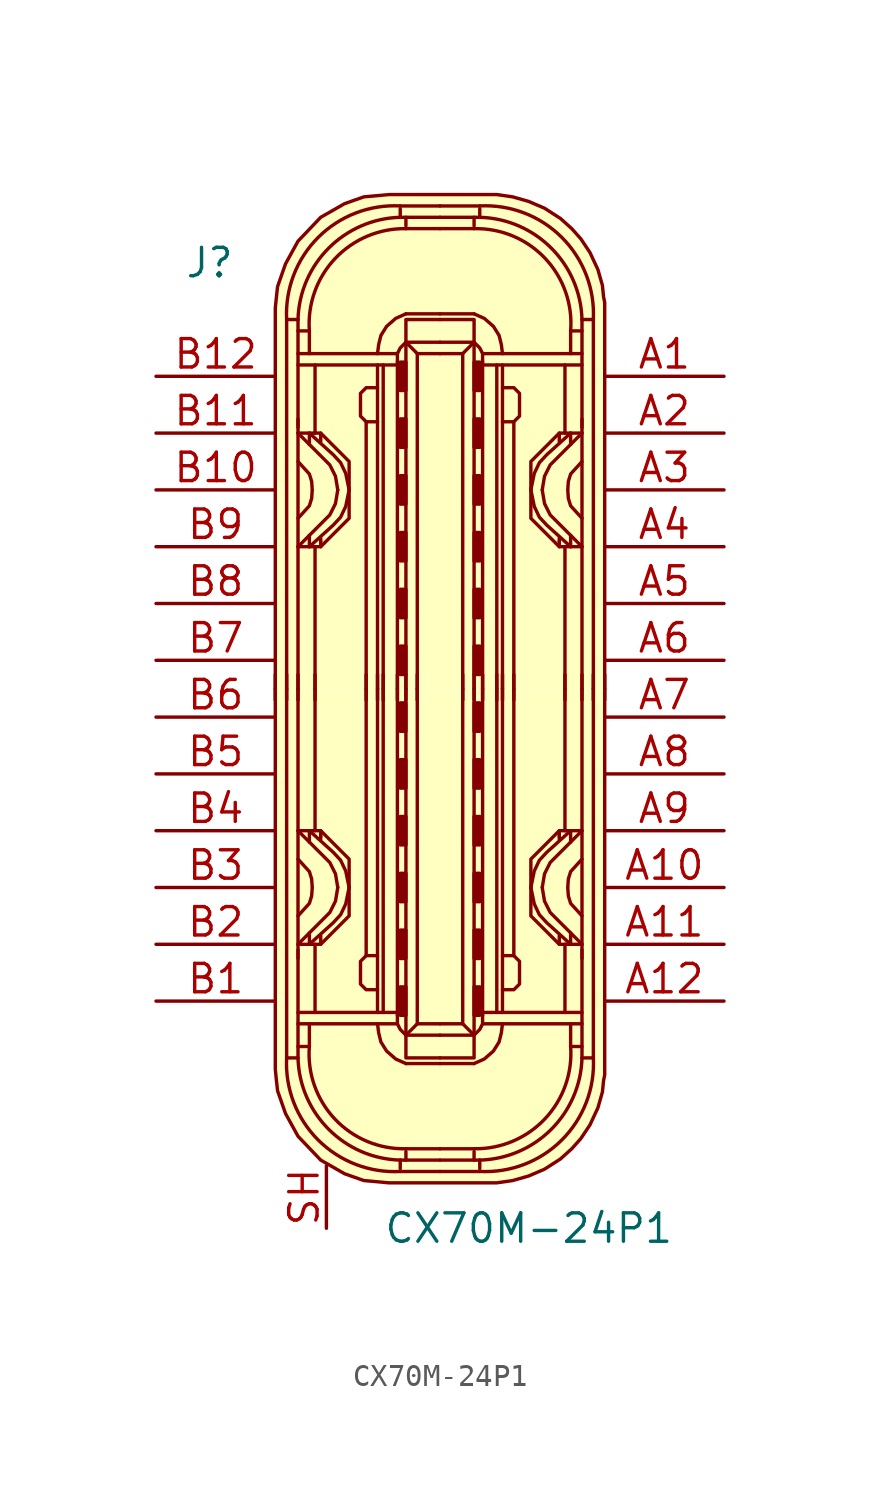
<source format=kicad_sym>
(kicad_symbol_lib
  (version 20211014)
  (generator kicad_symbol_editor)
  (symbol "CX70M-24P1"
    (pin_names
      (offset 1.016))
    (property "Reference" "J"
      (at -11.43 19.05 0)
      (effects (font (size 1.27 1.27)) (justify left)))
    (property "Value" "CX70M-24P1"
      (at -2.54 -24.13 0)
      (effects (font (size 1.27 1.27)) (justify left)))
    (symbol "CX70M-24P1_1_1"
      (arc (start -6.858 -16.51) (mid -5.4492 -20.1812) (end -1.778 -21.59) (stroke (width 0) (type default) (color 0 0 0 0)) (fill (type none)))
      (arc (start -6.35 -16.51) (mid -4.9749 -19.7069) (end -1.778 -21.082) (stroke (width 0) (type default) (color 0 0 0 0)) (fill (type none)))
      (arc (start -5.842 -16.002) (mid -4.6972 -19.2495) (end -1.524 -20.574) (stroke (width 0) (type default) (color 0 0 0 0)) (fill (type none)))
      (rectangle (start -1.778 -14.605) (end -1.524 -13.335) (stroke (width 0) (type default) (color 0 0 0 0)) (fill (type outline)))
      (rectangle (start -1.778 -12.065) (end -1.524 -10.795) (stroke (width 0) (type default) (color 0 0 0 0)) (fill (type outline)))
      (rectangle (start -1.778 -9.525) (end -1.524 -8.255) (stroke (width 0) (type default) (color 0 0 0 0)) (fill (type outline)))
      (rectangle (start -1.778 -6.985) (end -1.524 -5.715) (stroke (width 0) (type default) (color 0 0 0 0)) (fill (type outline)))
      (rectangle (start -1.778 -4.445) (end -1.524 -3.175) (stroke (width 0) (type default) (color 0 0 0 0)) (fill (type outline)))
      (rectangle (start -1.778 -1.905) (end -1.524 -0.635) (stroke (width 0) (type default) (color 0 0 0 0)) (fill (type outline)))
      (rectangle (start -1.778 1.905) (end -1.524 0.635) (stroke (width 0) (type default) (color 0 0 0 0)) (fill (type outline)))
      (rectangle (start -1.778 4.445) (end -1.524 3.175) (stroke (width 0) (type default) (color 0 0 0 0)) (fill (type outline)))
      (rectangle (start -1.778 6.985) (end -1.524 5.715) (stroke (width 0) (type default) (color 0 0 0 0)) (fill (type outline)))
      (rectangle (start -1.778 9.525) (end -1.524 8.255) (stroke (width 0) (type default) (color 0 0 0 0)) (fill (type outline)))
      (rectangle (start -1.778 12.065) (end -1.524 10.795) (stroke (width 0) (type default) (color 0 0 0 0)) (fill (type outline)))
      (rectangle (start -1.778 14.605) (end -1.524 13.335) (stroke (width 0) (type default) (color 0 0 0 0)) (fill (type outline)))
      (arc (start -1.778 21.082) (mid -4.9749 19.7069) (end -6.35 16.51) (stroke (width 0) (type default) (color 0 0 0 0)) (fill (type none)))
      (arc (start -1.778 21.59) (mid -5.4492 20.1812) (end -6.858 16.51) (stroke (width 0) (type default) (color 0 0 0 0)) (fill (type none)))
      (arc (start -1.524 20.574) (mid -4.6883 19.2412) (end -5.842 16.002) (stroke (width 0) (type default) (color 0 0 0 0)) (fill (type none)))
      (polyline (pts (xy -7.366 -0.508) (xy -7.366 0.635)) (stroke (width 0) (type default) (color 0 0 0 0)) (fill (type none)))
      (polyline (pts (xy -6.858 -0.508) (xy -6.858 0.635)) (stroke (width 0) (type default) (color 0 0 0 0)) (fill (type none)))
      (polyline (pts (xy -6.35 -14.986) (xy -1.905 -14.986)) (stroke (width 0) (type default) (color 0 0 0 0)) (fill (type none)))
      (polyline (pts (xy -6.35 -12.065) (xy -6.35 0)) (stroke (width 0) (type default) (color 0 0 0 0)) (fill (type none)))
      (polyline (pts (xy -6.35 -0.508) (xy -6.35 0.635)) (stroke (width 0) (type default) (color 0 0 0 0)) (fill (type none)))
      (polyline (pts (xy -6.35 12.065) (xy -6.35 0)) (stroke (width 0) (type default) (color 0 0 0 0)) (fill (type none)))
      (polyline (pts (xy -6.35 14.986) (xy -1.905 14.986)) (stroke (width 0) (type default) (color 0 0 0 0)) (fill (type none)))
      (polyline (pts (xy -5.842 -11.43) (xy -5.842 -10.922)) (stroke (width 0) (type default) (color 0 0 0 0)) (fill (type none)))
      (polyline (pts (xy -5.842 -6.35) (xy -5.842 -6.858)) (stroke (width 0) (type default) (color 0 0 0 0)) (fill (type none)))
      (polyline (pts (xy -5.842 6.35) (xy -5.842 6.858)) (stroke (width 0) (type default) (color 0 0 0 0)) (fill (type none)))
      (polyline (pts (xy -5.842 11.43) (xy -5.842 10.922)) (stroke (width 0) (type default) (color 0 0 0 0)) (fill (type none)))
      (polyline (pts (xy -5.588 -14.478) (xy -5.588 -11.43)) (stroke (width 0) (type default) (color 0 0 0 0)) (fill (type none)))
      (polyline (pts (xy -5.588 -6.35) (xy -5.588 0)) (stroke (width 0) (type default) (color 0 0 0 0)) (fill (type none)))
      (polyline (pts (xy -5.588 -0.508) (xy -5.588 0.635)) (stroke (width 0) (type default) (color 0 0 0 0)) (fill (type none)))
      (polyline (pts (xy -5.588 6.35) (xy -5.588 0)) (stroke (width 0) (type default) (color 0 0 0 0)) (fill (type none)))
      (polyline (pts (xy -5.588 14.478) (xy -5.588 11.43)) (stroke (width 0) (type default) (color 0 0 0 0)) (fill (type none)))
      (polyline (pts (xy -5.334 -11.43) (xy -5.334 -11.049)) (stroke (width 0) (type default) (color 0 0 0 0)) (fill (type none)))
      (polyline (pts (xy -5.334 -6.604) (xy -5.334 -6.731)) (stroke (width 0) (type default) (color 0 0 0 0)) (fill (type none)))
      (polyline (pts (xy -5.334 -6.35) (xy -5.334 -6.604)) (stroke (width 0) (type default) (color 0 0 0 0)) (fill (type none)))
      (polyline (pts (xy -5.334 6.35) (xy -5.334 6.604)) (stroke (width 0) (type default) (color 0 0 0 0)) (fill (type none)))
      (polyline (pts (xy -5.334 6.604) (xy -5.334 6.731)) (stroke (width 0) (type default) (color 0 0 0 0)) (fill (type none)))
      (polyline (pts (xy -5.334 11.43) (xy -5.334 11.049)) (stroke (width 0) (type default) (color 0 0 0 0)) (fill (type none)))
      (polyline (pts (xy -3.302 -0.508) (xy -3.302 0.635)) (stroke (width 0) (type default) (color 0 0 0 0)) (fill (type none)))
      (polyline (pts (xy -3.302 0) (xy -3.302 -11.938)) (stroke (width 0) (type default) (color 0 0 0 0)) (fill (type none)))
      (polyline (pts (xy -3.302 0) (xy -3.302 11.938)) (stroke (width 0) (type default) (color 0 0 0 0)) (fill (type none)))
      (polyline (pts (xy -2.794 -0.508) (xy -2.794 0.635)) (stroke (width 0) (type default) (color 0 0 0 0)) (fill (type none)))
      (polyline (pts (xy -2.794 0) (xy -2.794 -14.478)) (stroke (width 0) (type default) (color 0 0 0 0)) (fill (type none)))
      (polyline (pts (xy -2.794 0) (xy -2.794 14.478)) (stroke (width 0) (type default) (color 0 0 0 0)) (fill (type none)))
      (polyline (pts (xy -2.54 -14.478) (xy -2.54 0)) (stroke (width 0) (type default) (color 0 0 0 0)) (fill (type none)))
      (polyline (pts (xy -2.54 -0.508) (xy -2.54 0.635)) (stroke (width 0) (type default) (color 0 0 0 0)) (fill (type none)))
      (polyline (pts (xy -2.54 14.478) (xy -2.54 0)) (stroke (width 0) (type default) (color 0 0 0 0)) (fill (type none)))
      (polyline (pts (xy -1.905 -14.478) (xy -6.35 -14.478)) (stroke (width 0) (type default) (color 0 0 0 0)) (fill (type none)))
      (polyline (pts (xy -1.905 -0.508) (xy -1.905 0.635)) (stroke (width 0) (type default) (color 0 0 0 0)) (fill (type none)))
      (polyline (pts (xy -1.905 0) (xy -1.905 -14.605)) (stroke (width 0) (type default) (color 0 0 0 0)) (fill (type none)))
      (polyline (pts (xy -1.905 0) (xy -1.905 14.605)) (stroke (width 0) (type default) (color 0 0 0 0)) (fill (type none)))
      (polyline (pts (xy -1.905 14.478) (xy -6.35 14.478)) (stroke (width 0) (type default) (color 0 0 0 0)) (fill (type none)))
      (polyline (pts (xy -1.778 -21.59) (xy 0 -21.59)) (stroke (width 0) (type default) (color 0 0 0 0)) (fill (type background)))
      (polyline (pts (xy -1.778 -21.082) (xy -1.778 -21.463)) (stroke (width 0) (type default) (color 0 0 0 0)) (fill (type none)))
      (polyline (pts (xy -1.778 -21.082) (xy 0 -21.082)) (stroke (width 0) (type default) (color 0 0 0 0)) (fill (type none)))
      (polyline (pts (xy -1.778 21.082) (xy -1.778 21.463)) (stroke (width 0) (type default) (color 0 0 0 0)) (fill (type none)))
      (polyline (pts (xy -1.778 21.082) (xy 0 21.082)) (stroke (width 0) (type default) (color 0 0 0 0)) (fill (type none)))
      (polyline (pts (xy -1.778 21.59) (xy 0 21.59)) (stroke (width 0) (type default) (color 0 0 0 0)) (fill (type background)))
      (polyline (pts (xy -1.524 -20.701) (xy -1.524 -21.082)) (stroke (width 0) (type default) (color 0 0 0 0)) (fill (type none)))
      (polyline (pts (xy -1.524 -20.574) (xy 0 -20.574)) (stroke (width 0) (type default) (color 0 0 0 0)) (fill (type none)))
      (polyline (pts (xy -1.524 -0.508) (xy -1.524 0.635)) (stroke (width 0) (type default) (color 0 0 0 0)) (fill (type none)))
      (polyline (pts (xy -1.524 20.574) (xy 0 20.574)) (stroke (width 0) (type default) (color 0 0 0 0)) (fill (type none)))
      (polyline (pts (xy -1.524 20.701) (xy -1.524 21.082)) (stroke (width 0) (type default) (color 0 0 0 0)) (fill (type none)))
      (polyline (pts (xy -1.016 -14.986) (xy -1.524 -15.494)) (stroke (width 0) (type default) (color 0 0 0 0)) (fill (type none)))
      (polyline (pts (xy -1.016 -0.508) (xy -1.016 0.635)) (stroke (width 0) (type default) (color 0 0 0 0)) (fill (type none)))
      (polyline (pts (xy -1.016 14.986) (xy -1.524 15.494)) (stroke (width 0) (type default) (color 0 0 0 0)) (fill (type none)))
      (polyline (pts (xy 0 -16.764) (xy -1.524 -16.764)) (stroke (width 0) (type default) (color 0 0 0 0)) (fill (type none)))
      (polyline (pts (xy 0 -16.764) (xy 1.524 -16.764)) (stroke (width 0) (type default) (color 0 0 0 0)) (fill (type none)))
      (polyline (pts (xy 0 16.764) (xy -1.524 16.764)) (stroke (width 0) (type default) (color 0 0 0 0)) (fill (type none)))
      (polyline (pts (xy 0 16.764) (xy 1.524 16.764)) (stroke (width 0) (type default) (color 0 0 0 0)) (fill (type none)))
      (polyline (pts (xy 1.016 -14.986) (xy 1.524 -15.494)) (stroke (width 0) (type default) (color 0 0 0 0)) (fill (type none)))
      (polyline (pts (xy 1.016 -0.508) (xy 1.016 0.635)) (stroke (width 0) (type default) (color 0 0 0 0)) (fill (type none)))
      (polyline (pts (xy 1.016 14.986) (xy 1.524 15.494)) (stroke (width 0) (type default) (color 0 0 0 0)) (fill (type none)))
      (polyline (pts (xy 1.524 -20.701) (xy 1.524 -21.082)) (stroke (width 0) (type default) (color 0 0 0 0)) (fill (type none)))
      (polyline (pts (xy 1.524 -20.574) (xy 0 -20.574)) (stroke (width 0) (type default) (color 0 0 0 0)) (fill (type none)))
      (polyline (pts (xy 1.524 -0.508) (xy 1.524 0.635)) (stroke (width 0) (type default) (color 0 0 0 0)) (fill (type none)))
      (polyline (pts (xy 1.524 20.574) (xy 0 20.574)) (stroke (width 0) (type default) (color 0 0 0 0)) (fill (type none)))
      (polyline (pts (xy 1.524 20.701) (xy 1.524 21.082)) (stroke (width 0) (type default) (color 0 0 0 0)) (fill (type none)))
      (polyline (pts (xy 1.778 -21.59) (xy 0 -21.59)) (stroke (width 0) (type default) (color 0 0 0 0)) (fill (type background)))
      (polyline (pts (xy 1.778 -21.082) (xy 0 -21.082)) (stroke (width 0) (type default) (color 0 0 0 0)) (fill (type none)))
      (polyline (pts (xy 1.778 -21.082) (xy 1.778 -21.463)) (stroke (width 0) (type default) (color 0 0 0 0)) (fill (type none)))
      (polyline (pts (xy 1.778 21.082) (xy 0 21.082)) (stroke (width 0) (type default) (color 0 0 0 0)) (fill (type none)))
      (polyline (pts (xy 1.778 21.082) (xy 1.778 21.463)) (stroke (width 0) (type default) (color 0 0 0 0)) (fill (type none)))
      (polyline (pts (xy 1.778 21.59) (xy 0 21.59)) (stroke (width 0) (type default) (color 0 0 0 0)) (fill (type background)))
      (polyline (pts (xy 1.905 -14.478) (xy 6.35 -14.478)) (stroke (width 0) (type default) (color 0 0 0 0)) (fill (type none)))
      (polyline (pts (xy 1.905 -0.508) (xy 1.905 0.635)) (stroke (width 0) (type default) (color 0 0 0 0)) (fill (type none)))
      (polyline (pts (xy 1.905 0) (xy 1.905 -14.605)) (stroke (width 0) (type default) (color 0 0 0 0)) (fill (type none)))
      (polyline (pts (xy 1.905 0) (xy 1.905 14.605)) (stroke (width 0) (type default) (color 0 0 0 0)) (fill (type none)))
      (polyline (pts (xy 1.905 14.478) (xy 6.35 14.478)) (stroke (width 0) (type default) (color 0 0 0 0)) (fill (type none)))
      (polyline (pts (xy 2.54 -14.478) (xy 2.54 0)) (stroke (width 0) (type default) (color 0 0 0 0)) (fill (type none)))
      (polyline (pts (xy 2.54 -0.508) (xy 2.54 0.635)) (stroke (width 0) (type default) (color 0 0 0 0)) (fill (type none)))
      (polyline (pts (xy 2.54 14.478) (xy 2.54 0)) (stroke (width 0) (type default) (color 0 0 0 0)) (fill (type none)))
      (polyline (pts (xy 2.794 -0.508) (xy 2.794 0.635)) (stroke (width 0) (type default) (color 0 0 0 0)) (fill (type none)))
      (polyline (pts (xy 2.794 0) (xy 2.794 -14.478)) (stroke (width 0) (type default) (color 0 0 0 0)) (fill (type none)))
      (polyline (pts (xy 2.794 0) (xy 2.794 14.478)) (stroke (width 0) (type default) (color 0 0 0 0)) (fill (type none)))
      (polyline (pts (xy 3.302 -0.508) (xy 3.302 0.635)) (stroke (width 0) (type default) (color 0 0 0 0)) (fill (type none)))
      (polyline (pts (xy 3.302 0) (xy 3.302 -11.938)) (stroke (width 0) (type default) (color 0 0 0 0)) (fill (type none)))
      (polyline (pts (xy 3.302 0) (xy 3.302 11.938)) (stroke (width 0) (type default) (color 0 0 0 0)) (fill (type none)))
      (polyline (pts (xy 5.334 -11.43) (xy 5.334 -11.049)) (stroke (width 0) (type default) (color 0 0 0 0)) (fill (type none)))
      (polyline (pts (xy 5.334 -6.604) (xy 5.334 -6.731)) (stroke (width 0) (type default) (color 0 0 0 0)) (fill (type none)))
      (polyline (pts (xy 5.334 -6.35) (xy 5.334 -6.604)) (stroke (width 0) (type default) (color 0 0 0 0)) (fill (type none)))
      (polyline (pts (xy 5.334 6.35) (xy 5.334 6.604)) (stroke (width 0) (type default) (color 0 0 0 0)) (fill (type none)))
      (polyline (pts (xy 5.334 6.604) (xy 5.334 6.731)) (stroke (width 0) (type default) (color 0 0 0 0)) (fill (type none)))
      (polyline (pts (xy 5.334 11.43) (xy 5.334 11.049)) (stroke (width 0) (type default) (color 0 0 0 0)) (fill (type none)))
      (polyline (pts (xy 5.588 -14.478) (xy 5.588 -11.43)) (stroke (width 0) (type default) (color 0 0 0 0)) (fill (type none)))
      (polyline (pts (xy 5.588 -6.35) (xy 5.588 0)) (stroke (width 0) (type default) (color 0 0 0 0)) (fill (type none)))
      (polyline (pts (xy 5.588 -0.508) (xy 5.588 0.635)) (stroke (width 0) (type default) (color 0 0 0 0)) (fill (type none)))
      (polyline (pts (xy 5.588 6.35) (xy 5.588 0)) (stroke (width 0) (type default) (color 0 0 0 0)) (fill (type none)))
      (polyline (pts (xy 5.588 14.478) (xy 5.588 11.43)) (stroke (width 0) (type default) (color 0 0 0 0)) (fill (type none)))
      (polyline (pts (xy 5.842 -11.43) (xy 5.842 -10.922)) (stroke (width 0) (type default) (color 0 0 0 0)) (fill (type none)))
      (polyline (pts (xy 5.842 -6.35) (xy 5.842 -6.858)) (stroke (width 0) (type default) (color 0 0 0 0)) (fill (type none)))
      (polyline (pts (xy 5.842 6.35) (xy 5.842 6.858)) (stroke (width 0) (type default) (color 0 0 0 0)) (fill (type none)))
      (polyline (pts (xy 5.842 11.43) (xy 5.842 10.922)) (stroke (width 0) (type default) (color 0 0 0 0)) (fill (type none)))
      (polyline (pts (xy 6.35 -14.986) (xy 1.905 -14.986)) (stroke (width 0) (type default) (color 0 0 0 0)) (fill (type none)))
      (polyline (pts (xy 6.35 -12.065) (xy 6.35 0)) (stroke (width 0) (type default) (color 0 0 0 0)) (fill (type none)))
      (polyline (pts (xy 6.35 -0.508) (xy 6.35 0.635)) (stroke (width 0) (type default) (color 0 0 0 0)) (fill (type none)))
      (polyline (pts (xy 6.35 12.065) (xy 6.35 0)) (stroke (width 0) (type default) (color 0 0 0 0)) (fill (type none)))
      (polyline (pts (xy 6.35 14.986) (xy 1.905 14.986)) (stroke (width 0) (type default) (color 0 0 0 0)) (fill (type none)))
      (polyline (pts (xy 6.858 -0.508) (xy 6.858 0.635)) (stroke (width 0) (type default) (color 0 0 0 0)) (fill (type none)))
      (polyline (pts (xy 7.366 -0.508) (xy 7.366 0.635)) (stroke (width 0) (type default) (color 0 0 0 0)) (fill (type none)))
      (polyline (pts (xy -6.35 -16.51) (xy -6.858 -16.51) (xy -6.858 0)) (stroke (width 0) (type default) (color 0 0 0 0)) (fill (type none)))
      (polyline (pts (xy -6.35 -11.684) (xy -6.35 -15.875) (xy -6.35 -16.51)) (stroke (width 0) (type default) (color 0 0 0 0)) (fill (type none)))
      (polyline (pts (xy -6.35 11.684) (xy -6.35 15.875) (xy -6.35 16.51)) (stroke (width 0) (type default) (color 0 0 0 0)) (fill (type none)))
      (polyline (pts (xy -6.35 16.51) (xy -6.858 16.51) (xy -6.858 0)) (stroke (width 0) (type default) (color 0 0 0 0)) (fill (type none)))
      (polyline (pts (xy -5.842 -14.986) (xy -5.842 -16.002) (xy -6.35 -16.002)) (stroke (width 0) (type default) (color 0 0 0 0)) (fill (type none)))
      (polyline (pts (xy -5.842 14.986) (xy -5.842 16.002) (xy -6.35 16.002)) (stroke (width 0) (type default) (color 0 0 0 0)) (fill (type none)))
      (polyline (pts (xy -1.524 0) (xy -1.524 -15.494) (xy 0 -15.494)) (stroke (width 0) (type default) (color 0 0 0 0)) (fill (type none)))
      (polyline (pts (xy -1.524 0) (xy -1.524 15.494) (xy 0 15.494)) (stroke (width 0) (type default) (color 0 0 0 0)) (fill (type none)))
      (polyline (pts (xy -1.016 0) (xy -1.016 -14.986) (xy 0 -14.986)) (stroke (width 0) (type default) (color 0 0 0 0)) (fill (type none)))
      (polyline (pts (xy -1.016 0) (xy -1.016 14.986) (xy 0 14.986)) (stroke (width 0) (type default) (color 0 0 0 0)) (fill (type none)))
      (polyline (pts (xy 1.016 0) (xy 1.016 -14.986) (xy 0 -14.986)) (stroke (width 0) (type default) (color 0 0 0 0)) (fill (type none)))
      (polyline (pts (xy 1.016 0) (xy 1.016 14.986) (xy 0 14.986)) (stroke (width 0) (type default) (color 0 0 0 0)) (fill (type none)))
      (polyline (pts (xy 1.524 0) (xy 1.524 -15.494) (xy 0 -15.494)) (stroke (width 0) (type default) (color 0 0 0 0)) (fill (type none)))
      (polyline (pts (xy 1.524 0) (xy 1.524 15.494) (xy 0 15.494)) (stroke (width 0) (type default) (color 0 0 0 0)) (fill (type none)))
      (polyline (pts (xy 5.842 -14.986) (xy 5.842 -16.002) (xy 6.35 -16.002)) (stroke (width 0) (type default) (color 0 0 0 0)) (fill (type none)))
      (polyline (pts (xy 5.842 14.986) (xy 5.842 16.002) (xy 6.35 16.002)) (stroke (width 0) (type default) (color 0 0 0 0)) (fill (type none)))
      (polyline (pts (xy 6.35 -16.51) (xy 6.858 -16.51) (xy 6.858 0)) (stroke (width 0) (type default) (color 0 0 0 0)) (fill (type none)))
      (polyline (pts (xy 6.35 -11.684) (xy 6.35 -15.875) (xy 6.35 -16.51)) (stroke (width 0) (type default) (color 0 0 0 0)) (fill (type none)))
      (polyline (pts (xy 6.35 11.684) (xy 6.35 15.875) (xy 6.35 16.51)) (stroke (width 0) (type default) (color 0 0 0 0)) (fill (type none)))
      (polyline (pts (xy 6.35 16.51) (xy 6.858 16.51) (xy 6.858 0)) (stroke (width 0) (type default) (color 0 0 0 0)) (fill (type none)))
      (polyline (pts (xy -6.35 -11.43) (xy -4.928 -10.008) (xy -4.674 -9.5) (xy -4.572 -8.89)) (stroke (width 0) (type default) (color 0 0 0 0)) (fill (type none)))
      (polyline (pts (xy -6.35 -10.16) (xy -5.842 -9.601) (xy -5.74 -9.271) (xy -5.715 -8.915)) (stroke (width 0) (type default) (color 0 0 0 0)) (fill (type none)))
      (polyline (pts (xy -6.35 -7.62) (xy -5.842 -8.179) (xy -5.74 -8.509) (xy -5.715 -8.865)) (stroke (width 0) (type default) (color 0 0 0 0)) (fill (type none)))
      (polyline (pts (xy -6.35 -6.35) (xy -4.928 -7.772) (xy -4.674 -8.28) (xy -4.572 -8.89)) (stroke (width 0) (type default) (color 0 0 0 0)) (fill (type none)))
      (polyline (pts (xy -6.35 6.35) (xy -4.928 7.772) (xy -4.674 8.28) (xy -4.572 8.89)) (stroke (width 0) (type default) (color 0 0 0 0)) (fill (type none)))
      (polyline (pts (xy -6.35 7.62) (xy -5.842 8.179) (xy -5.74 8.509) (xy -5.715 8.865)) (stroke (width 0) (type default) (color 0 0 0 0)) (fill (type none)))
      (polyline (pts (xy -6.35 10.16) (xy -5.842 9.601) (xy -5.74 9.271) (xy -5.715 8.915)) (stroke (width 0) (type default) (color 0 0 0 0)) (fill (type none)))
      (polyline (pts (xy -6.35 11.43) (xy -4.928 10.008) (xy -4.674 9.5) (xy -4.572 8.89)) (stroke (width 0) (type default) (color 0 0 0 0)) (fill (type none)))
      (polyline (pts (xy -1.905 -14.605) (xy -1.905 -14.986) (xy -1.778 -15.24) (xy -1.524 -15.494)) (stroke (width 0) (type default) (color 0 0 0 0)) (fill (type none)))
      (polyline (pts (xy -1.905 14.605) (xy -1.905 14.986) (xy -1.778 15.24) (xy -1.524 15.494)) (stroke (width 0) (type default) (color 0 0 0 0)) (fill (type none)))
      (polyline (pts (xy 0 -16.51) (xy -1.397 -16.51) (xy -1.524 -16.51) (xy -1.524 -15.494)) (stroke (width 0) (type default) (color 0 0 0 0)) (fill (type none)))
      (polyline (pts (xy 0 -16.51) (xy 1.397 -16.51) (xy 1.524 -16.51) (xy 1.524 -15.494)) (stroke (width 0) (type default) (color 0 0 0 0)) (fill (type none)))
      (polyline (pts (xy 0 16.51) (xy -1.397 16.51) (xy -1.524 16.51) (xy -1.524 15.494)) (stroke (width 0) (type default) (color 0 0 0 0)) (fill (type none)))
      (polyline (pts (xy 0 16.51) (xy 1.397 16.51) (xy 1.524 16.51) (xy 1.524 15.494)) (stroke (width 0) (type default) (color 0 0 0 0)) (fill (type none)))
      (polyline (pts (xy 1.905 -14.605) (xy 1.905 -14.986) (xy 1.778 -15.24) (xy 1.524 -15.494)) (stroke (width 0) (type default) (color 0 0 0 0)) (fill (type none)))
      (polyline (pts (xy 1.905 14.605) (xy 1.905 14.986) (xy 1.778 15.24) (xy 1.524 15.494)) (stroke (width 0) (type default) (color 0 0 0 0)) (fill (type none)))
      (polyline (pts (xy 6.35 -11.43) (xy 4.928 -10.008) (xy 4.674 -9.5) (xy 4.572 -8.89)) (stroke (width 0) (type default) (color 0 0 0 0)) (fill (type none)))
      (polyline (pts (xy 6.35 -10.16) (xy 5.842 -9.601) (xy 5.74 -9.271) (xy 5.715 -8.915)) (stroke (width 0) (type default) (color 0 0 0 0)) (fill (type none)))
      (polyline (pts (xy 6.35 -7.62) (xy 5.842 -8.179) (xy 5.74 -8.509) (xy 5.715 -8.865)) (stroke (width 0) (type default) (color 0 0 0 0)) (fill (type none)))
      (polyline (pts (xy 6.35 -6.35) (xy 4.928 -7.772) (xy 4.674 -8.28) (xy 4.572 -8.89)) (stroke (width 0) (type default) (color 0 0 0 0)) (fill (type none)))
      (polyline (pts (xy 6.35 6.35) (xy 4.928 7.772) (xy 4.674 8.28) (xy 4.572 8.89)) (stroke (width 0) (type default) (color 0 0 0 0)) (fill (type none)))
      (polyline (pts (xy 6.35 7.62) (xy 5.842 8.179) (xy 5.74 8.509) (xy 5.715 8.865)) (stroke (width 0) (type default) (color 0 0 0 0)) (fill (type none)))
      (polyline (pts (xy 6.35 10.16) (xy 5.842 9.601) (xy 5.74 9.271) (xy 5.715 8.915)) (stroke (width 0) (type default) (color 0 0 0 0)) (fill (type none)))
      (polyline (pts (xy 6.35 11.43) (xy 4.928 10.008) (xy 4.674 9.5) (xy 4.572 8.89)) (stroke (width 0) (type default) (color 0 0 0 0)) (fill (type none)))
      (polyline (pts (xy -5.842 -11.43) (xy -4.775 -10.465) (xy -4.445 -10.109) (xy -4.216 -9.627) (xy -4.064 -8.89)) (stroke (width 0) (type default) (color 0 0 0 0)) (fill (type none)))
      (polyline (pts (xy -5.842 -6.35) (xy -4.775 -7.315) (xy -4.445 -7.671) (xy -4.216 -8.153) (xy -4.064 -8.89)) (stroke (width 0) (type default) (color 0 0 0 0)) (fill (type none)))
      (polyline (pts (xy -5.842 6.35) (xy -4.775 7.315) (xy -4.445 7.671) (xy -4.216 8.153) (xy -4.064 8.89)) (stroke (width 0) (type default) (color 0 0 0 0)) (fill (type none)))
      (polyline (pts (xy -5.842 11.43) (xy -4.775 10.465) (xy -4.445 10.109) (xy -4.216 9.627) (xy -4.064 8.89)) (stroke (width 0) (type default) (color 0 0 0 0)) (fill (type none)))
      (polyline (pts (xy 5.842 -11.43) (xy 4.775 -10.465) (xy 4.445 -10.109) (xy 4.216 -9.627) (xy 4.064 -8.89)) (stroke (width 0) (type default) (color 0 0 0 0)) (fill (type none)))
      (polyline (pts (xy 5.842 -6.35) (xy 4.775 -7.315) (xy 4.445 -7.671) (xy 4.216 -8.153) (xy 4.064 -8.89)) (stroke (width 0) (type default) (color 0 0 0 0)) (fill (type none)))
      (polyline (pts (xy 5.842 6.35) (xy 4.775 7.315) (xy 4.445 7.671) (xy 4.216 8.153) (xy 4.064 8.89)) (stroke (width 0) (type default) (color 0 0 0 0)) (fill (type none)))
      (polyline (pts (xy 5.842 11.43) (xy 4.775 10.465) (xy 4.445 10.109) (xy 4.216 9.627) (xy 4.064 8.89)) (stroke (width 0) (type default) (color 0 0 0 0)) (fill (type none)))
      (polyline (pts (xy -6.35 -11.43) (xy -5.334 -11.43) (xy -4.064 -10.16) (xy -4.064 -7.62) (xy -5.334 -6.35) (xy -6.35 -6.35)) (stroke (width 0) (type default) (color 0 0 0 0)) (fill (type none)))
      (polyline (pts (xy -6.35 11.43) (xy -5.334 11.43) (xy -4.064 10.16) (xy -4.064 7.62) (xy -5.334 6.35) (xy -6.35 6.35)) (stroke (width 0) (type default) (color 0 0 0 0)) (fill (type none)))
      (polyline (pts (xy -2.794 -14.986) (xy -2.743 -15.392) (xy -2.642 -15.799) (xy -2.388 -16.205) (xy -1.981 -16.561) (xy -1.524 -16.764)) (stroke (width 0) (type default) (color 0 0 0 0)) (fill (type none)))
      (polyline (pts (xy -2.794 -13.462) (xy -3.302 -13.462) (xy -3.556 -13.208) (xy -3.556 -12.192) (xy -3.302 -11.938) (xy -2.794 -11.938)) (stroke (width 0) (type default) (color 0 0 0 0)) (fill (type none)))
      (polyline (pts (xy -2.794 13.462) (xy -3.302 13.462) (xy -3.556 13.208) (xy -3.556 12.192) (xy -3.302 11.938) (xy -2.794 11.938)) (stroke (width 0) (type default) (color 0 0 0 0)) (fill (type none)))
      (polyline (pts (xy -2.794 14.986) (xy -2.743 15.392) (xy -2.642 15.799) (xy -2.388 16.205) (xy -1.981 16.561) (xy -1.524 16.764)) (stroke (width 0) (type default) (color 0 0 0 0)) (fill (type none)))
      (polyline (pts (xy 2.794 -14.986) (xy 2.743 -15.392) (xy 2.642 -15.799) (xy 2.388 -16.205) (xy 1.981 -16.561) (xy 1.524 -16.764)) (stroke (width 0) (type default) (color 0 0 0 0)) (fill (type none)))
      (polyline (pts (xy 2.794 -13.462) (xy 3.302 -13.462) (xy 3.556 -13.208) (xy 3.556 -12.192) (xy 3.302 -11.938) (xy 2.794 -11.938)) (stroke (width 0) (type default) (color 0 0 0 0)) (fill (type none)))
      (polyline (pts (xy 2.794 13.462) (xy 3.302 13.462) (xy 3.556 13.208) (xy 3.556 12.192) (xy 3.302 11.938) (xy 2.794 11.938)) (stroke (width 0) (type default) (color 0 0 0 0)) (fill (type none)))
      (polyline (pts (xy 2.794 14.986) (xy 2.743 15.392) (xy 2.642 15.799) (xy 2.388 16.205) (xy 1.981 16.561) (xy 1.524 16.764)) (stroke (width 0) (type default) (color 0 0 0 0)) (fill (type none)))
      (polyline (pts (xy 6.35 -11.43) (xy 5.334 -11.43) (xy 4.064 -10.16) (xy 4.064 -7.62) (xy 5.334 -6.35) (xy 6.35 -6.35)) (stroke (width 0) (type default) (color 0 0 0 0)) (fill (type none)))
      (polyline (pts (xy 6.35 11.43) (xy 5.334 11.43) (xy 4.064 10.16) (xy 4.064 7.62) (xy 5.334 6.35) (xy 6.35 6.35)) (stroke (width 0) (type default) (color 0 0 0 0)) (fill (type none)))
      (polyline (pts (xy 7.366 0) (xy 7.366 -17.018) (xy 7.366 -17.272) (xy 7.315 -17.526) (xy 7.264 -18.034) (xy 7.061 -18.745) (xy 6.706 -19.507) (xy 6.299 -20.117) (xy 5.893 -20.574) (xy 5.385 -21.031) (xy 4.674 -21.488) (xy 3.962 -21.793) (xy 3.251 -21.996) (xy 2.54 -22.098) (xy -2.286 -22.098) (xy -3.404 -21.996) (xy -4.267 -21.692) (xy -5.334 -21.082) (xy -6.35 -20.015) (xy -6.909 -18.999) (xy -7.264 -17.983) (xy -7.315 -17.526) (xy -7.366 -17.018) (xy -7.366 0)) (stroke (width 0) (type default) (color 0 0 0 0)) (fill (type background)))
      (polyline (pts (xy 7.366 0) (xy 7.366 17.018) (xy 7.366 17.272) (xy 7.315 17.526) (xy 7.264 18.034) (xy 7.061 18.745) (xy 6.706 19.507) (xy 6.299 20.117) (xy 5.893 20.574) (xy 5.385 21.031) (xy 4.674 21.488) (xy 3.962 21.793) (xy 3.251 21.996) (xy 2.54 22.098) (xy -2.286 22.098) (xy -3.404 21.996) (xy -4.267 21.692) (xy -5.334 21.082) (xy -6.35 20.015) (xy -6.909 18.999) (xy -7.264 17.983) (xy -7.315 17.526) (xy -7.366 17.018) (xy -7.366 0)) (stroke (width 0) (type default) (color 0 0 0 0)) (fill (type background)))
      (arc (start 1.524 -20.574) (mid 4.6883 -19.2412) (end 5.842 -16.002) (stroke (width 0) (type default) (color 0 0 0 0)) (fill (type none)))
      (arc (start 1.778 -21.59) (mid 5.4492 -20.1812) (end 6.858 -16.51) (stroke (width 0) (type default) (color 0 0 0 0)) (fill (type none)))
      (arc (start 1.778 -21.082) (mid 4.9749 -19.7069) (end 6.35 -16.51) (stroke (width 0) (type default) (color 0 0 0 0)) (fill (type none)))
      (rectangle (start 1.778 -14.605) (end 1.524 -13.335) (stroke (width 0) (type default) (color 0 0 0 0)) (fill (type outline)))
      (rectangle (start 1.778 -12.065) (end 1.524 -10.795) (stroke (width 0) (type default) (color 0 0 0 0)) (fill (type outline)))
      (rectangle (start 1.778 -9.525) (end 1.524 -8.255) (stroke (width 0) (type default) (color 0 0 0 0)) (fill (type outline)))
      (rectangle (start 1.778 -6.985) (end 1.524 -5.715) (stroke (width 0) (type default) (color 0 0 0 0)) (fill (type outline)))
      (rectangle (start 1.778 -4.445) (end 1.524 -3.175) (stroke (width 0) (type default) (color 0 0 0 0)) (fill (type outline)))
      (rectangle (start 1.778 -1.905) (end 1.524 -0.635) (stroke (width 0) (type default) (color 0 0 0 0)) (fill (type outline)))
      (rectangle (start 1.778 1.905) (end 1.524 0.635) (stroke (width 0) (type default) (color 0 0 0 0)) (fill (type outline)))
      (rectangle (start 1.778 4.445) (end 1.524 3.175) (stroke (width 0) (type default) (color 0 0 0 0)) (fill (type outline)))
      (rectangle (start 1.778 6.985) (end 1.524 5.715) (stroke (width 0) (type default) (color 0 0 0 0)) (fill (type outline)))
      (rectangle (start 1.778 9.525) (end 1.524 8.255) (stroke (width 0) (type default) (color 0 0 0 0)) (fill (type outline)))
      (rectangle (start 1.778 12.065) (end 1.524 10.795) (stroke (width 0) (type default) (color 0 0 0 0)) (fill (type outline)))
      (rectangle (start 1.778 14.605) (end 1.524 13.335) (stroke (width 0) (type default) (color 0 0 0 0)) (fill (type outline)))
      (arc (start 5.842 16.002) (mid 4.6972 19.2495) (end 1.524 20.574) (stroke (width 0) (type default) (color 0 0 0 0)) (fill (type none)))
      (arc (start 6.35 16.51) (mid 4.9749 19.7069) (end 1.778 21.082) (stroke (width 0) (type default) (color 0 0 0 0)) (fill (type none)))
      (arc (start 6.858 16.51) (mid 5.4492 20.1812) (end 1.778 21.59) (stroke (width 0) (type default) (color 0 0 0 0)) (fill (type none)))
      (pin passive line (at 12.7 13.97 180) (length 5.334) (name "~" (effects (font (size 1.27 1.27)))) (number "A1" (effects (font (size 1.27 1.27)))))
      (pin passive line (at 12.7 -8.89 180) (length 5.334) (name "~" (effects (font (size 1.27 1.27)))) (number "A10" (effects (font (size 1.27 1.27)))))
      (pin passive line (at 12.7 -11.43 180) (length 5.334) (name "~" (effects (font (size 1.27 1.27)))) (number "A11" (effects (font (size 1.27 1.27)))))
      (pin passive line (at 12.7 -13.97 180) (length 5.334) (name "~" (effects (font (size 1.27 1.27)))) (number "A12" (effects (font (size 1.27 1.27)))))
      (pin passive line (at 12.7 11.43 180) (length 5.334) (name "~" (effects (font (size 1.27 1.27)))) (number "A2" (effects (font (size 1.27 1.27)))))
      (pin passive line (at 12.7 8.89 180) (length 5.334) (name "~" (effects (font (size 1.27 1.27)))) (number "A3" (effects (font (size 1.27 1.27)))))
      (pin passive line (at 12.7 6.35 180) (length 5.334) (name "~" (effects (font (size 1.27 1.27)))) (number "A4" (effects (font (size 1.27 1.27)))))
      (pin passive line (at 12.7 3.81 180) (length 5.334) (name "~" (effects (font (size 1.27 1.27)))) (number "A5" (effects (font (size 1.27 1.27)))))
      (pin passive line (at 12.7 1.27 180) (length 5.334) (name "~" (effects (font (size 1.27 1.27)))) (number "A6" (effects (font (size 1.27 1.27)))))
      (pin passive line (at 12.7 -1.27 180) (length 5.334) (name "~" (effects (font (size 1.27 1.27)))) (number "A7" (effects (font (size 1.27 1.27)))))
      (pin passive line (at 12.7 -3.81 180) (length 5.334) (name "~" (effects (font (size 1.27 1.27)))) (number "A8" (effects (font (size 1.27 1.27)))))
      (pin passive line (at 12.7 -6.35 180) (length 5.334) (name "~" (effects (font (size 1.27 1.27)))) (number "A9" (effects (font (size 1.27 1.27)))))
      (pin passive line (at -12.7 -13.97 0) (length 5.334) (name "~" (effects (font (size 1.27 1.27)))) (number "B1" (effects (font (size 1.27 1.27)))))
      (pin passive line (at -12.7 8.89 0) (length 5.334) (name "~" (effects (font (size 1.27 1.27)))) (number "B10" (effects (font (size 1.27 1.27)))))
      (pin passive line (at -12.7 11.43 0) (length 5.334) (name "~" (effects (font (size 1.27 1.27)))) (number "B11" (effects (font (size 1.27 1.27)))))
      (pin passive line (at -12.7 13.97 0) (length 5.334) (name "~" (effects (font (size 1.27 1.27)))) (number "B12" (effects (font (size 1.27 1.27)))))
      (pin passive line (at -12.7 -11.43 0) (length 5.334) (name "~" (effects (font (size 1.27 1.27)))) (number "B2" (effects (font (size 1.27 1.27)))))
      (pin passive line (at -12.7 -8.89 0) (length 5.334) (name "~" (effects (font (size 1.27 1.27)))) (number "B3" (effects (font (size 1.27 1.27)))))
      (pin passive line (at -12.7 -6.35 0) (length 5.334) (name "~" (effects (font (size 1.27 1.27)))) (number "B4" (effects (font (size 1.27 1.27)))))
      (pin passive line (at -12.7 -3.81 0) (length 5.334) (name "~" (effects (font (size 1.27 1.27)))) (number "B5" (effects (font (size 1.27 1.27)))))
      (pin passive line (at -12.7 -1.27 0) (length 5.334) (name "~" (effects (font (size 1.27 1.27)))) (number "B6" (effects (font (size 1.27 1.27)))))
      (pin passive line (at -12.7 1.27 0) (length 5.334) (name "~" (effects (font (size 1.27 1.27)))) (number "B7" (effects (font (size 1.27 1.27)))))
      (pin passive line (at -12.7 3.81 0) (length 5.334) (name "~" (effects (font (size 1.27 1.27)))) (number "B8" (effects (font (size 1.27 1.27)))))
      (pin passive line (at -12.7 6.35 0) (length 5.334) (name "~" (effects (font (size 1.27 1.27)))) (number "B9" (effects (font (size 1.27 1.27)))))
      (pin input line (at -5.08 -24.13 90) (length 2.794) (name "~" (effects (font (size 1.27 1.27)))) (number "SH" (effects (font (size 1.27 1.27))))))))
</source>
